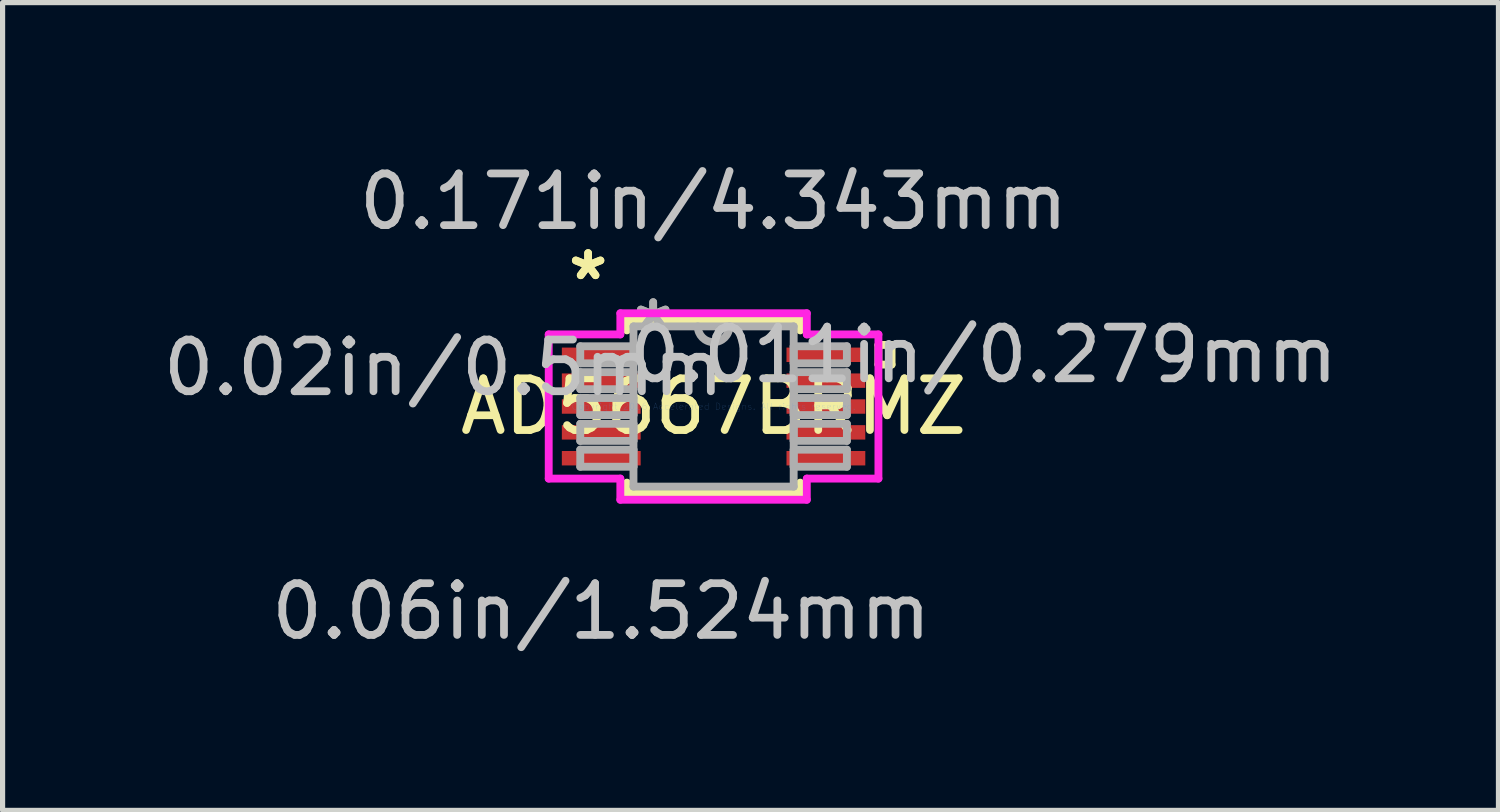
<source format=kicad_pcb>
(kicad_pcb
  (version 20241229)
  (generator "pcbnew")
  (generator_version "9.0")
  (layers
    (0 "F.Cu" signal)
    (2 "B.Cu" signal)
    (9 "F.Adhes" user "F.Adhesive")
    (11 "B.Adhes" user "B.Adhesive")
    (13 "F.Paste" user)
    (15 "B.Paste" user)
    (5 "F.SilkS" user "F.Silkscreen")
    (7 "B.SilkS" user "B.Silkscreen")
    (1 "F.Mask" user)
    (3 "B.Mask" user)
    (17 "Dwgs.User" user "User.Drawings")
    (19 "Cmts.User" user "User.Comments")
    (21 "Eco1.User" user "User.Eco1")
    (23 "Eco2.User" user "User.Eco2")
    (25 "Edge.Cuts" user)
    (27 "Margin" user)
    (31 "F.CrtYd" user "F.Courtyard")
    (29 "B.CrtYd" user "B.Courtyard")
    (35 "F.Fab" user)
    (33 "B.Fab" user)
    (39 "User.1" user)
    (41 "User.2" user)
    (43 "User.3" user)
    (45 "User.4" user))
  (footprint "AD5667BRMZ"
    (layer "F.Cu")
    (at 10.749 4.811)
    (property "Reference" "AD5667BRMZ" (at 0 0 0) (layer "F.SilkS") (effects (font (size 1 1) (thickness 0.15))))
    (attr through_hole)
    (fp_line (start -1.676 -1.676) (end -1.676 -1.472) (stroke (width 0.152) (type solid)) (layer "F.SilkS"))
    (fp_line (start -1.676 1.472) (end -1.676 1.676) (stroke (width 0.152) (type solid)) (layer "F.SilkS"))
    (fp_line (start -1.676 1.676) (end 1.676 1.676) (stroke (width 0.152) (type solid)) (layer "F.SilkS"))
    (fp_line (start 1.676 -1.676) (end -1.676 -1.676) (stroke (width 0.152) (type solid)) (layer "F.SilkS"))
    (fp_line (start 1.676 -1.472) (end 1.676 -1.676) (stroke (width 0.152) (type solid)) (layer "F.SilkS"))
    (fp_line (start 1.676 1.676) (end 1.676 1.472) (stroke (width 0.152) (type solid)) (layer "F.SilkS"))
    (fp_line (start 3.188 -1.191) (end 3.442 -1.191) (stroke (width 0.152) (type solid)) (layer "F.SilkS"))
    (fp_line (start 3.188 -0.81) (end 3.188 -1.191) (stroke (width 0.152) (type solid)) (layer "F.SilkS"))
    (fp_line (start 3.442 -1.191) (end 3.442 -0.81) (stroke (width 0.152) (type solid)) (layer "F.SilkS"))
    (fp_line (start 3.442 -0.81) (end 3.188 -0.81) (stroke (width 0.152) (type solid)) (layer "F.SilkS"))
    (fp_line (start -3.188 -1.394) (end -1.803 -1.394) (stroke (width 0.152) (type solid)) (layer "F.CrtYd"))
    (fp_line (start -3.188 1.394) (end -3.188 -1.394) (stroke (width 0.152) (type solid)) (layer "F.CrtYd"))
    (fp_line (start -1.803 -1.803) (end 1.803 -1.803) (stroke (width 0.152) (type solid)) (layer "F.CrtYd"))
    (fp_line (start -1.803 -1.394) (end -1.803 -1.803) (stroke (width 0.152) (type solid)) (layer "F.CrtYd"))
    (fp_line (start -1.803 1.394) (end -3.188 1.394) (stroke (width 0.152) (type solid)) (layer "F.CrtYd"))
    (fp_line (start -1.803 1.803) (end -1.803 1.394) (stroke (width 0.152) (type solid)) (layer "F.CrtYd"))
    (fp_line (start 1.803 -1.803) (end 1.803 -1.394) (stroke (width 0.152) (type solid)) (layer "F.CrtYd"))
    (fp_line (start 1.803 -1.394) (end 3.188 -1.394) (stroke (width 0.152) (type solid)) (layer "F.CrtYd"))
    (fp_line (start 1.803 1.394) (end 1.803 1.803) (stroke (width 0.152) (type solid)) (layer "F.CrtYd"))
    (fp_line (start 1.803 1.803) (end -1.803 1.803) (stroke (width 0.152) (type solid)) (layer "F.CrtYd"))
    (fp_line (start 3.188 -1.394) (end 3.188 1.394) (stroke (width 0.152) (type solid)) (layer "F.CrtYd"))
    (fp_line (start 3.188 1.394) (end 1.803 1.394) (stroke (width 0.152) (type solid)) (layer "F.CrtYd"))
    (fp_line (start -2.578 -1.165) (end -2.578 -0.835) (stroke (width 0.152) (type solid)) (layer "F.Fab"))
    (fp_line (start -2.578 -0.835) (end -1.549 -0.835) (stroke (width 0.152) (type solid)) (layer "F.Fab"))
    (fp_line (start -2.578 -0.665) (end -2.578 -0.335) (stroke (width 0.152) (type solid)) (layer "F.Fab"))
    (fp_line (start -2.578 -0.335) (end -1.549 -0.335) (stroke (width 0.152) (type solid)) (layer "F.Fab"))
    (fp_line (start -2.578 -0.165) (end -2.578 0.165) (stroke (width 0.152) (type solid)) (layer "F.Fab"))
    (fp_line (start -2.578 0.165) (end -1.549 0.165) (stroke (width 0.152) (type solid)) (layer "F.Fab"))
    (fp_line (start -2.578 0.335) (end -2.578 0.665) (stroke (width 0.152) (type solid)) (layer "F.Fab"))
    (fp_line (start -2.578 0.665) (end -1.549 0.665) (stroke (width 0.152) (type solid)) (layer "F.Fab"))
    (fp_line (start -2.578 0.835) (end -2.578 1.165) (stroke (width 0.152) (type solid)) (layer "F.Fab"))
    (fp_line (start -2.578 1.165) (end -1.549 1.165) (stroke (width 0.152) (type solid)) (layer "F.Fab"))
    (fp_line (start -1.549 -1.549) (end -1.549 1.549) (stroke (width 0.152) (type solid)) (layer "F.Fab"))
    (fp_line (start -1.549 -1.165) (end -2.578 -1.165) (stroke (width 0.152) (type solid)) (layer "F.Fab"))
    (fp_line (start -1.549 -0.835) (end -1.549 -1.165) (stroke (width 0.152) (type solid)) (layer "F.Fab"))
    (fp_line (start -1.549 -0.665) (end -2.578 -0.665) (stroke (width 0.152) (type solid)) (layer "F.Fab"))
    (fp_line (start -1.549 -0.335) (end -1.549 -0.665) (stroke (width 0.152) (type solid)) (layer "F.Fab"))
    (fp_line (start -1.549 -0.165) (end -2.578 -0.165) (stroke (width 0.152) (type solid)) (layer "F.Fab"))
    (fp_line (start -1.549 0.165) (end -1.549 -0.165) (stroke (width 0.152) (type solid)) (layer "F.Fab"))
    (fp_line (start -1.549 0.335) (end -2.578 0.335) (stroke (width 0.152) (type solid)) (layer "F.Fab"))
    (fp_line (start -1.549 0.665) (end -1.549 0.335) (stroke (width 0.152) (type solid)) (layer "F.Fab"))
    (fp_line (start -1.549 0.835) (end -2.578 0.835) (stroke (width 0.152) (type solid)) (layer "F.Fab"))
    (fp_line (start -1.549 1.165) (end -1.549 0.835) (stroke (width 0.152) (type solid)) (layer "F.Fab"))
    (fp_line (start -1.549 1.549) (end 1.549 1.549) (stroke (width 0.152) (type solid)) (layer "F.Fab"))
    (fp_line (start 1.549 -1.549) (end -1.549 -1.549) (stroke (width 0.152) (type solid)) (layer "F.Fab"))
    (fp_line (start 1.549 -1.165) (end 1.549 -0.835) (stroke (width 0.152) (type solid)) (layer "F.Fab"))
    (fp_line (start 1.549 -0.835) (end 2.578 -0.835) (stroke (width 0.152) (type solid)) (layer "F.Fab"))
    (fp_line (start 1.549 -0.665) (end 1.549 -0.335) (stroke (width 0.152) (type solid)) (layer "F.Fab"))
    (fp_line (start 1.549 -0.335) (end 2.578 -0.335) (stroke (width 0.152) (type solid)) (layer "F.Fab"))
    (fp_line (start 1.549 -0.165) (end 1.549 0.165) (stroke (width 0.152) (type solid)) (layer "F.Fab"))
    (fp_line (start 1.549 0.165) (end 2.578 0.165) (stroke (width 0.152) (type solid)) (layer "F.Fab"))
    (fp_line (start 1.549 0.335) (end 1.549 0.665) (stroke (width 0.152) (type solid)) (layer "F.Fab"))
    (fp_line (start 1.549 0.665) (end 2.578 0.665) (stroke (width 0.152) (type solid)) (layer "F.Fab"))
    (fp_line (start 1.549 0.835) (end 1.549 1.165) (stroke (width 0.152) (type solid)) (layer "F.Fab"))
    (fp_line (start 1.549 1.165) (end 2.578 1.165) (stroke (width 0.152) (type solid)) (layer "F.Fab"))
    (fp_line (start 1.549 1.549) (end 1.549 -1.549) (stroke (width 0.152) (type solid)) (layer "F.Fab"))
    (fp_line (start 2.578 -1.165) (end 1.549 -1.165) (stroke (width 0.152) (type solid)) (layer "F.Fab"))
    (fp_line (start 2.578 -0.835) (end 2.578 -1.165) (stroke (width 0.152) (type solid)) (layer "F.Fab"))
    (fp_line (start 2.578 -0.665) (end 1.549 -0.665) (stroke (width 0.152) (type solid)) (layer "F.Fab"))
    (fp_line (start 2.578 -0.335) (end 2.578 -0.665) (stroke (width 0.152) (type solid)) (layer "F.Fab"))
    (fp_line (start 2.578 -0.165) (end 1.549 -0.165) (stroke (width 0.152) (type solid)) (layer "F.Fab"))
    (fp_line (start 2.578 0.165) (end 2.578 -0.165) (stroke (width 0.152) (type solid)) (layer "F.Fab"))
    (fp_line (start 2.578 0.335) (end 1.549 0.335) (stroke (width 0.152) (type solid)) (layer "F.Fab"))
    (fp_line (start 2.578 0.665) (end 2.578 0.335) (stroke (width 0.152) (type solid)) (layer "F.Fab"))
    (fp_line (start 2.578 0.835) (end 1.549 0.835) (stroke (width 0.152) (type solid)) (layer "F.Fab"))
    (fp_line (start 2.578 1.165) (end 2.578 0.835) (stroke (width 0.152) (type solid)) (layer "F.Fab"))
    (fp_arc (start 0.3048 -1.5494) (mid 0 -1.2446) (end -0.3048 -1.5494) (stroke (width 0.1524) (type solid)) (layer "F.Fab"))
    (fp_text user "*" (at -2.426 -2.422 0) (layer "F.SilkS") (effects (font (size 1 1) (thickness 0.15))))
    (fp_text user "*" (at -2.426 -2.422 0) (layer "F.SilkS") (effects (font (size 1 1) (thickness 0.15))))
    (fp_text user "0.011in/0.279mm" (at 5.22 -1 0) (layer "Dwgs.User") (effects (font (size 1 1) (thickness 0.15))))
    (fp_text user "0.02in/0.5mm" (at -5.22 -0.75 0) (layer "Dwgs.User") (effects (font (size 1 1) (thickness 0.15))))
    (fp_text user "0.171in/4.343mm" (at 0 -3.962 0) (layer "Dwgs.User") (effects (font (size 1 1) (thickness 0.15))))
    (fp_text user "0.06in/1.524mm" (at -2.172 3.962 0) (layer "Dwgs.User") (effects (font (size 1 1) (thickness 0.15))))
    (fp_text user "Copyright 2016 Accelerated Designs. All rights reserved." (at 0 0 0) (layer "Cmts.User") (effects (font (size 0.127 0.127) (thickness 0.002))))
    (fp_text user "*" (at -1.168 -1.473 0) (layer "F.Fab") (effects (font (size 1 1) (thickness 0.15))))
    (fp_text user "*" (at -1.168 -1.473 0) (layer "F.Fab") (effects (font (size 1 1) (thickness 0.15))))
    (pad "1" smd rect (at -2.172 -1) (size 1.524 0.279) (layers "F.Cu" "F.Mask" "F.Paste"))
    (pad "2" smd rect (at -2.172 -0.5) (size 1.524 0.279) (layers "F.Cu" "F.Mask" "F.Paste"))
    (pad "3" smd rect (at -2.172 0) (size 1.524 0.279) (layers "F.Cu" "F.Mask" "F.Paste"))
    (pad "4" smd rect (at -2.172 0.5) (size 1.524 0.279) (layers "F.Cu" "F.Mask" "F.Paste"))
    (pad "5" smd rect (at -2.172 1) (size 1.524 0.279) (layers "F.Cu" "F.Mask" "F.Paste"))
    (pad "6" smd rect (at 2.172 1) (size 1.524 0.279) (layers "F.Cu" "F.Mask" "F.Paste"))
    (pad "7" smd rect (at 2.172 0.5) (size 1.524 0.279) (layers "F.Cu" "F.Mask" "F.Paste"))
    (pad "8" smd rect (at 2.172 0) (size 1.524 0.279) (layers "F.Cu" "F.Mask" "F.Paste"))
    (pad "9" smd rect (at 2.172 -0.5) (size 1.524 0.279) (layers "F.Cu" "F.Mask" "F.Paste"))
    (pad "10" smd rect (at 2.172 -1) (size 1.524 0.279) (layers "F.Cu" "F.Mask" "F.Paste")))
  (gr_rect
    (start -3 -3)
    (end 25.927 12.621)
    (stroke (width 0.1) (type default))
    (fill no)
    (layer "Edge.Cuts")))
</source>
